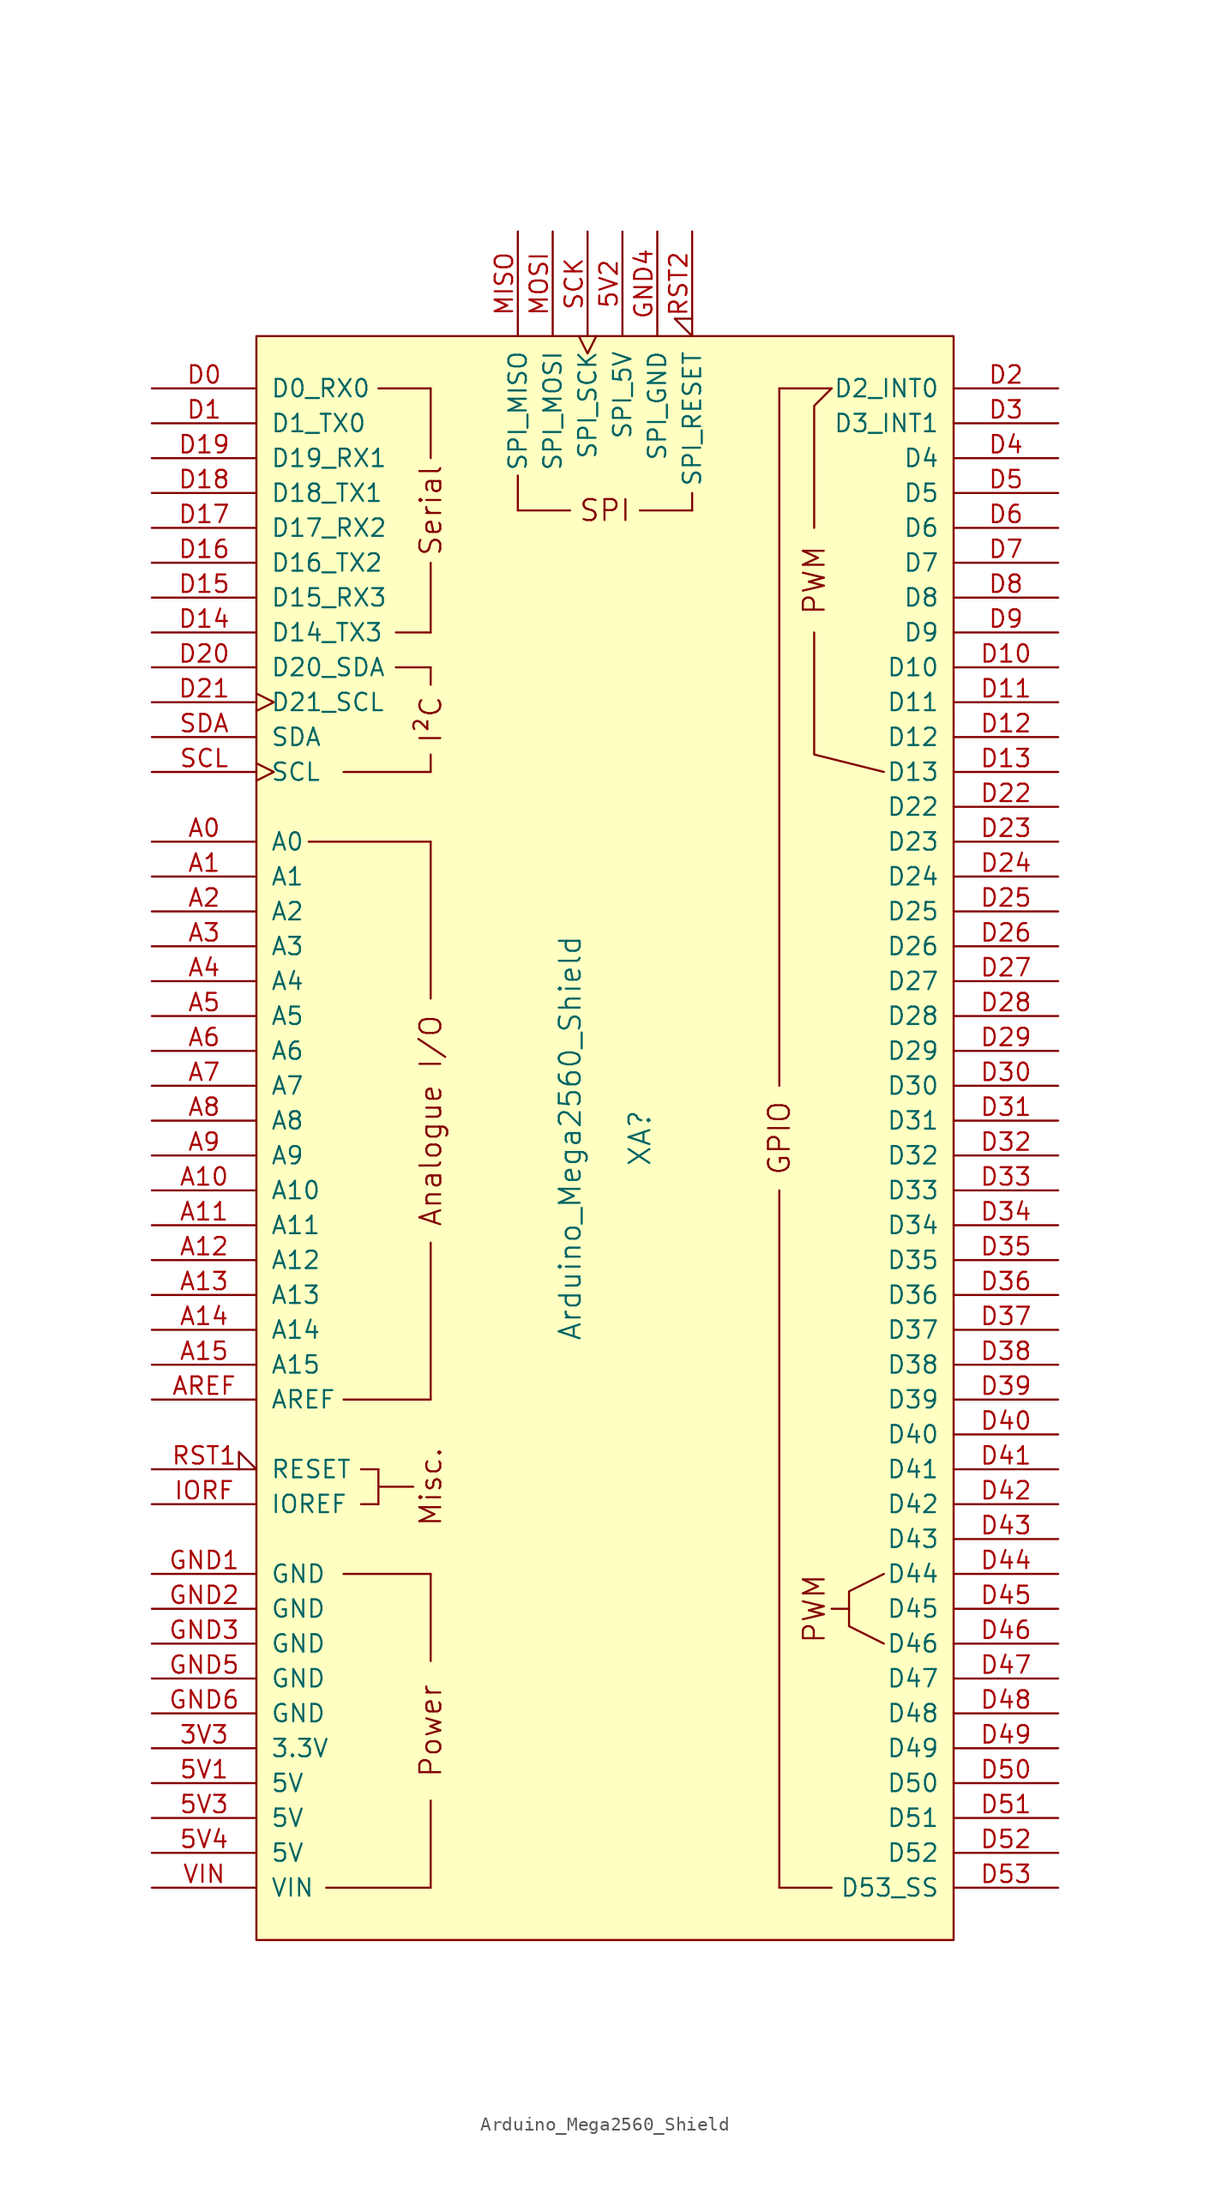
<source format=kicad_sym>
(kicad_symbol_lib
  (version 20211014)
  (generator kicad_symbol_editor)
  (symbol "Arduino_Mega2560_Shield"
    (pin_names
      (offset 1.016))
    (property "Reference" "XA"
      (at 2.54 0 90)
      (effects (font (size 1.524 1.524))))
    (property "Value" "Arduino_Mega2560_Shield"
      (at -2.54 0 90)
      (effects (font (size 1.524 1.524))))
    (symbol "Arduino_Mega2560_Shield_0_0"
      (rectangle (start -25.4 -58.42) (end 25.4 58.42) (stroke (width 0) (type default) (color 0 0 0 0)) (fill (type background)))
      (rectangle (start -20.32 -54.61) (end -12.7 -54.61) (stroke (width 0) (type default) (color 0 0 0 0)) (fill (type none)))
      (rectangle (start -19.05 -31.75) (end -12.7 -31.75) (stroke (width 0) (type default) (color 0 0 0 0)) (fill (type none)))
      (rectangle (start -19.05 -19.05) (end -12.7 -19.05) (stroke (width 0) (type default) (color 0 0 0 0)) (fill (type none)))
      (rectangle (start -19.05 26.67) (end -12.7 26.67) (stroke (width 0) (type default) (color 0 0 0 0)) (fill (type none)))
      (rectangle (start -17.78 -26.67) (end -16.51 -26.67) (stroke (width 0) (type default) (color 0 0 0 0)) (fill (type none)))
      (rectangle (start -17.78 -24.13) (end -16.51 -24.13) (stroke (width 0) (type default) (color 0 0 0 0)) (fill (type none)))
      (rectangle (start -16.51 -25.4) (end -13.97 -25.4) (stroke (width 0) (type default) (color 0 0 0 0)) (fill (type none)))
      (rectangle (start -16.51 -24.13) (end -16.51 -26.67) (stroke (width 0) (type default) (color 0 0 0 0)) (fill (type none)))
      (rectangle (start -16.51 54.61) (end -12.7 54.61) (stroke (width 0) (type default) (color 0 0 0 0)) (fill (type none)))
      (rectangle (start -15.24 34.29) (end -12.7 34.29) (stroke (width 0) (type default) (color 0 0 0 0)) (fill (type none)))
      (rectangle (start -15.24 36.83) (end -12.7 36.83) (stroke (width 0) (type default) (color 0 0 0 0)) (fill (type none)))
      (rectangle (start -12.7 -54.61) (end -12.7 -48.26) (stroke (width 0) (type default) (color 0 0 0 0)) (fill (type none)))
      (rectangle (start -12.7 -31.75) (end -12.7 -38.1) (stroke (width 0) (type default) (color 0 0 0 0)) (fill (type none)))
      (rectangle (start -12.7 26.67) (end -12.7 27.94) (stroke (width 0) (type default) (color 0 0 0 0)) (fill (type none)))
      (rectangle (start -12.7 34.29) (end -12.7 33.02) (stroke (width 0) (type default) (color 0 0 0 0)) (fill (type none)))
      (rectangle (start -12.7 41.91) (end -12.7 36.83) (stroke (width 0) (type default) (color 0 0 0 0)) (fill (type none)))
      (rectangle (start -12.7 49.53) (end -12.7 54.61) (stroke (width 0) (type default) (color 0 0 0 0)) (fill (type none)))
      (rectangle (start -6.35 48.26) (end -6.35 45.72) (stroke (width 0) (type default) (color 0 0 0 0)) (fill (type none)))
      (rectangle (start -2.54 45.72) (end -6.35 45.72) (stroke (width 0) (type default) (color 0 0 0 0)) (fill (type none)))
      (polyline (pts (xy -21.59 21.59) (xy -12.7 21.59)) (stroke (width 0) (type default) (color 0 0 0 0)) (fill (type none)))
      (polyline (pts (xy -12.7 -19.05) (xy -12.7 -7.62)) (stroke (width 0) (type default) (color 0 0 0 0)) (fill (type none)))
      (polyline (pts (xy -12.7 10.16) (xy -12.7 21.59)) (stroke (width 0) (type default) (color 0 0 0 0)) (fill (type none)))
      (polyline (pts (xy 12.7 -54.61) (xy 16.51 -54.61)) (stroke (width 0) (type default) (color 0 0 0 0)) (fill (type none)))
      (polyline (pts (xy 12.7 54.61) (xy 16.51 54.61)) (stroke (width 0) (type default) (color 0 0 0 0)) (fill (type none)))
      (polyline (pts (xy 17.78 -34.29) (xy 16.51 -34.29)) (stroke (width 0) (type default) (color 0 0 0 0)) (fill (type none)))
      (polyline (pts (xy 15.24 36.83) (xy 15.24 27.94) (xy 20.32 26.67)) (stroke (width 0) (type default) (color 0 0 0 0)) (fill (type none)))
      (polyline (pts (xy 15.24 44.45) (xy 15.24 53.34) (xy 16.51 54.61)) (stroke (width 0) (type default) (color 0 0 0 0)) (fill (type none)))
      (polyline (pts (xy 20.32 -31.75) (xy 17.78 -33.02) (xy 17.78 -35.56) (xy 20.32 -36.83)) (stroke (width 0) (type default) (color 0 0 0 0)) (fill (type none)))
      (rectangle (start 6.35 45.72) (end 2.54 45.72) (stroke (width 0) (type default) (color 0 0 0 0)) (fill (type none)))
      (rectangle (start 6.35 46.99) (end 6.35 45.72) (stroke (width 0) (type default) (color 0 0 0 0)) (fill (type none)))
      (text "Analogue I/O" (at -12.7 1.27 900) (effects (font (size 1.524 1.524))))
      (text "I²C" (at -12.7 30.48 900) (effects (font (size 1.524 1.524))))
      (text "Misc." (at -12.7 -25.4 900) (effects (font (size 1.524 1.524))))
      (text "Power" (at -12.7 -43.18 900) (effects (font (size 1.524 1.524))))
      (text "PWM" (at 15.24 -34.29 900) (effects (font (size 1.524 1.524))))
      (text "PWM" (at 15.24 40.64 900) (effects (font (size 1.524 1.524))))
      (text "Serial" (at -12.7 45.72 900) (effects (font (size 1.524 1.524))))
      (text "SPI" (at 0 45.72 0) (effects (font (size 1.524 1.524)))))
    (symbol "Arduino_Mega2560_Shield_1_0"
      (rectangle (start 12.7 -54.61) (end 12.7 -3.81) (stroke (width 0) (type default) (color 0 0 0 0)) (fill (type none)))
      (rectangle (start 12.7 54.61) (end 12.7 3.81) (stroke (width 0) (type default) (color 0 0 0 0)) (fill (type none)))
      (text "GPIO" (at 12.7 0 900) (effects (font (size 1.524 1.524)))))
    (symbol "Arduino_Mega2560_Shield_1_1"
      (pin power_in line (at -33.02 -44.45 0) (length 7.62) (name "3.3V" (effects (font (size 1.27 1.27)))) (number "3V3" (effects (font (size 1.27 1.27)))))
      (pin power_in line (at -33.02 -46.99 0) (length 7.62) (name "5V" (effects (font (size 1.27 1.27)))) (number "5V1" (effects (font (size 1.27 1.27)))))
      (pin power_in line (at 1.27 66.04 270) (length 7.62) (name "SPI_5V" (effects (font (size 1.27 1.27)))) (number "5V2" (effects (font (size 1.27 1.27)))))
      (pin power_in line (at -33.02 -49.53 0) (length 7.62) (name "5V" (effects (font (size 1.27 1.27)))) (number "5V3" (effects (font (size 1.27 1.27)))))
      (pin power_in line (at -33.02 -52.07 0) (length 7.62) (name "5V" (effects (font (size 1.27 1.27)))) (number "5V4" (effects (font (size 1.27 1.27)))))
      (pin bidirectional line (at -33.02 21.59 0) (length 7.62) (name "A0" (effects (font (size 1.27 1.27)))) (number "A0" (effects (font (size 1.27 1.27)))))
      (pin bidirectional line (at -33.02 19.05 0) (length 7.62) (name "A1" (effects (font (size 1.27 1.27)))) (number "A1" (effects (font (size 1.27 1.27)))))
      (pin bidirectional line (at -33.02 -3.81 0) (length 7.62) (name "A10" (effects (font (size 1.27 1.27)))) (number "A10" (effects (font (size 1.27 1.27)))))
      (pin bidirectional line (at -33.02 -6.35 0) (length 7.62) (name "A11" (effects (font (size 1.27 1.27)))) (number "A11" (effects (font (size 1.27 1.27)))))
      (pin bidirectional line (at -33.02 -8.89 0) (length 7.62) (name "A12" (effects (font (size 1.27 1.27)))) (number "A12" (effects (font (size 1.27 1.27)))))
      (pin bidirectional line (at -33.02 -11.43 0) (length 7.62) (name "A13" (effects (font (size 1.27 1.27)))) (number "A13" (effects (font (size 1.27 1.27)))))
      (pin bidirectional line (at -33.02 -13.97 0) (length 7.62) (name "A14" (effects (font (size 1.27 1.27)))) (number "A14" (effects (font (size 1.27 1.27)))))
      (pin bidirectional line (at -33.02 -16.51 0) (length 7.62) (name "A15" (effects (font (size 1.27 1.27)))) (number "A15" (effects (font (size 1.27 1.27)))))
      (pin bidirectional line (at -33.02 16.51 0) (length 7.62) (name "A2" (effects (font (size 1.27 1.27)))) (number "A2" (effects (font (size 1.27 1.27)))))
      (pin bidirectional line (at -33.02 13.97 0) (length 7.62) (name "A3" (effects (font (size 1.27 1.27)))) (number "A3" (effects (font (size 1.27 1.27)))))
      (pin bidirectional line (at -33.02 11.43 0) (length 7.62) (name "A4" (effects (font (size 1.27 1.27)))) (number "A4" (effects (font (size 1.27 1.27)))))
      (pin bidirectional line (at -33.02 8.89 0) (length 7.62) (name "A5" (effects (font (size 1.27 1.27)))) (number "A5" (effects (font (size 1.27 1.27)))))
      (pin bidirectional line (at -33.02 6.35 0) (length 7.62) (name "A6" (effects (font (size 1.27 1.27)))) (number "A6" (effects (font (size 1.27 1.27)))))
      (pin bidirectional line (at -33.02 3.81 0) (length 7.62) (name "A7" (effects (font (size 1.27 1.27)))) (number "A7" (effects (font (size 1.27 1.27)))))
      (pin bidirectional line (at -33.02 1.27 0) (length 7.62) (name "A8" (effects (font (size 1.27 1.27)))) (number "A8" (effects (font (size 1.27 1.27)))))
      (pin bidirectional line (at -33.02 -1.27 0) (length 7.62) (name "A9" (effects (font (size 1.27 1.27)))) (number "A9" (effects (font (size 1.27 1.27)))))
      (pin input line (at -33.02 -19.05 0) (length 7.62) (name "AREF" (effects (font (size 1.27 1.27)))) (number "AREF" (effects (font (size 1.27 1.27)))))
      (pin bidirectional line (at -33.02 54.61 0) (length 7.62) (name "D0_RX0" (effects (font (size 1.27 1.27)))) (number "D0" (effects (font (size 1.27 1.27)))))
      (pin bidirectional line (at -33.02 52.07 0) (length 7.62) (name "D1_TX0" (effects (font (size 1.27 1.27)))) (number "D1" (effects (font (size 1.27 1.27)))))
      (pin bidirectional line (at 33.02 34.29 180) (length 7.62) (name "D10" (effects (font (size 1.27 1.27)))) (number "D10" (effects (font (size 1.27 1.27)))))
      (pin bidirectional line (at 33.02 31.75 180) (length 7.62) (name "D11" (effects (font (size 1.27 1.27)))) (number "D11" (effects (font (size 1.27 1.27)))))
      (pin bidirectional line (at 33.02 29.21 180) (length 7.62) (name "D12" (effects (font (size 1.27 1.27)))) (number "D12" (effects (font (size 1.27 1.27)))))
      (pin bidirectional line (at 33.02 26.67 180) (length 7.62) (name "D13" (effects (font (size 1.27 1.27)))) (number "D13" (effects (font (size 1.27 1.27)))))
      (pin bidirectional line (at -33.02 36.83 0) (length 7.62) (name "D14_TX3" (effects (font (size 1.27 1.27)))) (number "D14" (effects (font (size 1.27 1.27)))))
      (pin bidirectional line (at -33.02 39.37 0) (length 7.62) (name "D15_RX3" (effects (font (size 1.27 1.27)))) (number "D15" (effects (font (size 1.27 1.27)))))
      (pin bidirectional line (at -33.02 41.91 0) (length 7.62) (name "D16_TX2" (effects (font (size 1.27 1.27)))) (number "D16" (effects (font (size 1.27 1.27)))))
      (pin bidirectional line (at -33.02 44.45 0) (length 7.62) (name "D17_RX2" (effects (font (size 1.27 1.27)))) (number "D17" (effects (font (size 1.27 1.27)))))
      (pin bidirectional line (at -33.02 46.99 0) (length 7.62) (name "D18_TX1" (effects (font (size 1.27 1.27)))) (number "D18" (effects (font (size 1.27 1.27)))))
      (pin bidirectional line (at -33.02 49.53 0) (length 7.62) (name "D19_RX1" (effects (font (size 1.27 1.27)))) (number "D19" (effects (font (size 1.27 1.27)))))
      (pin bidirectional line (at 33.02 54.61 180) (length 7.62) (name "D2_INT0" (effects (font (size 1.27 1.27)))) (number "D2" (effects (font (size 1.27 1.27)))))
      (pin bidirectional line (at -33.02 34.29 0) (length 7.62) (name "D20_SDA" (effects (font (size 1.27 1.27)))) (number "D20" (effects (font (size 1.27 1.27)))))
      (pin bidirectional clock (at -33.02 31.75 0) (length 7.62) (name "D21_SCL" (effects (font (size 1.27 1.27)))) (number "D21" (effects (font (size 1.27 1.27)))))
      (pin bidirectional line (at 33.02 24.13 180) (length 7.62) (name "D22" (effects (font (size 1.27 1.27)))) (number "D22" (effects (font (size 1.27 1.27)))))
      (pin bidirectional line (at 33.02 21.59 180) (length 7.62) (name "D23" (effects (font (size 1.27 1.27)))) (number "D23" (effects (font (size 1.27 1.27)))))
      (pin bidirectional line (at 33.02 19.05 180) (length 7.62) (name "D24" (effects (font (size 1.27 1.27)))) (number "D24" (effects (font (size 1.27 1.27)))))
      (pin bidirectional line (at 33.02 16.51 180) (length 7.62) (name "D25" (effects (font (size 1.27 1.27)))) (number "D25" (effects (font (size 1.27 1.27)))))
      (pin bidirectional line (at 33.02 13.97 180) (length 7.62) (name "D26" (effects (font (size 1.27 1.27)))) (number "D26" (effects (font (size 1.27 1.27)))))
      (pin bidirectional line (at 33.02 11.43 180) (length 7.62) (name "D27" (effects (font (size 1.27 1.27)))) (number "D27" (effects (font (size 1.27 1.27)))))
      (pin bidirectional line (at 33.02 8.89 180) (length 7.62) (name "D28" (effects (font (size 1.27 1.27)))) (number "D28" (effects (font (size 1.27 1.27)))))
      (pin bidirectional line (at 33.02 6.35 180) (length 7.62) (name "D29" (effects (font (size 1.27 1.27)))) (number "D29" (effects (font (size 1.27 1.27)))))
      (pin bidirectional line (at 33.02 52.07 180) (length 7.62) (name "D3_INT1" (effects (font (size 1.27 1.27)))) (number "D3" (effects (font (size 1.27 1.27)))))
      (pin bidirectional line (at 33.02 3.81 180) (length 7.62) (name "D30" (effects (font (size 1.27 1.27)))) (number "D30" (effects (font (size 1.27 1.27)))))
      (pin bidirectional line (at 33.02 1.27 180) (length 7.62) (name "D31" (effects (font (size 1.27 1.27)))) (number "D31" (effects (font (size 1.27 1.27)))))
      (pin bidirectional line (at 33.02 -1.27 180) (length 7.62) (name "D32" (effects (font (size 1.27 1.27)))) (number "D32" (effects (font (size 1.27 1.27)))))
      (pin bidirectional line (at 33.02 -3.81 180) (length 7.62) (name "D33" (effects (font (size 1.27 1.27)))) (number "D33" (effects (font (size 1.27 1.27)))))
      (pin bidirectional line (at 33.02 -6.35 180) (length 7.62) (name "D34" (effects (font (size 1.27 1.27)))) (number "D34" (effects (font (size 1.27 1.27)))))
      (pin bidirectional line (at 33.02 -8.89 180) (length 7.62) (name "D35" (effects (font (size 1.27 1.27)))) (number "D35" (effects (font (size 1.27 1.27)))))
      (pin bidirectional line (at 33.02 -11.43 180) (length 7.62) (name "D36" (effects (font (size 1.27 1.27)))) (number "D36" (effects (font (size 1.27 1.27)))))
      (pin bidirectional line (at 33.02 -13.97 180) (length 7.62) (name "D37" (effects (font (size 1.27 1.27)))) (number "D37" (effects (font (size 1.27 1.27)))))
      (pin bidirectional line (at 33.02 -16.51 180) (length 7.62) (name "D38" (effects (font (size 1.27 1.27)))) (number "D38" (effects (font (size 1.27 1.27)))))
      (pin bidirectional line (at 33.02 -19.05 180) (length 7.62) (name "D39" (effects (font (size 1.27 1.27)))) (number "D39" (effects (font (size 1.27 1.27)))))
      (pin bidirectional line (at 33.02 49.53 180) (length 7.62) (name "D4" (effects (font (size 1.27 1.27)))) (number "D4" (effects (font (size 1.27 1.27)))))
      (pin bidirectional line (at 33.02 -21.59 180) (length 7.62) (name "D40" (effects (font (size 1.27 1.27)))) (number "D40" (effects (font (size 1.27 1.27)))))
      (pin bidirectional line (at 33.02 -24.13 180) (length 7.62) (name "D41" (effects (font (size 1.27 1.27)))) (number "D41" (effects (font (size 1.27 1.27)))))
      (pin bidirectional line (at 33.02 -26.67 180) (length 7.62) (name "D42" (effects (font (size 1.27 1.27)))) (number "D42" (effects (font (size 1.27 1.27)))))
      (pin bidirectional line (at 33.02 -29.21 180) (length 7.62) (name "D43" (effects (font (size 1.27 1.27)))) (number "D43" (effects (font (size 1.27 1.27)))))
      (pin bidirectional line (at 33.02 -31.75 180) (length 7.62) (name "D44" (effects (font (size 1.27 1.27)))) (number "D44" (effects (font (size 1.27 1.27)))))
      (pin bidirectional line (at 33.02 -34.29 180) (length 7.62) (name "D45" (effects (font (size 1.27 1.27)))) (number "D45" (effects (font (size 1.27 1.27)))))
      (pin bidirectional line (at 33.02 -36.83 180) (length 7.62) (name "D46" (effects (font (size 1.27 1.27)))) (number "D46" (effects (font (size 1.27 1.27)))))
      (pin bidirectional line (at 33.02 -39.37 180) (length 7.62) (name "D47" (effects (font (size 1.27 1.27)))) (number "D47" (effects (font (size 1.27 1.27)))))
      (pin bidirectional line (at 33.02 -41.91 180) (length 7.62) (name "D48" (effects (font (size 1.27 1.27)))) (number "D48" (effects (font (size 1.27 1.27)))))
      (pin bidirectional line (at 33.02 -44.45 180) (length 7.62) (name "D49" (effects (font (size 1.27 1.27)))) (number "D49" (effects (font (size 1.27 1.27)))))
      (pin bidirectional line (at 33.02 46.99 180) (length 7.62) (name "D5" (effects (font (size 1.27 1.27)))) (number "D5" (effects (font (size 1.27 1.27)))))
      (pin bidirectional line (at 33.02 -46.99 180) (length 7.62) (name "D50" (effects (font (size 1.27 1.27)))) (number "D50" (effects (font (size 1.27 1.27)))))
      (pin bidirectional line (at 33.02 -49.53 180) (length 7.62) (name "D51" (effects (font (size 1.27 1.27)))) (number "D51" (effects (font (size 1.27 1.27)))))
      (pin bidirectional line (at 33.02 -52.07 180) (length 7.62) (name "D52" (effects (font (size 1.27 1.27)))) (number "D52" (effects (font (size 1.27 1.27)))))
      (pin bidirectional line (at 33.02 -54.61 180) (length 7.62) (name "D53_SS" (effects (font (size 1.27 1.27)))) (number "D53" (effects (font (size 1.27 1.27)))))
      (pin bidirectional line (at 33.02 44.45 180) (length 7.62) (name "D6" (effects (font (size 1.27 1.27)))) (number "D6" (effects (font (size 1.27 1.27)))))
      (pin bidirectional line (at 33.02 41.91 180) (length 7.62) (name "D7" (effects (font (size 1.27 1.27)))) (number "D7" (effects (font (size 1.27 1.27)))))
      (pin bidirectional line (at 33.02 39.37 180) (length 7.62) (name "D8" (effects (font (size 1.27 1.27)))) (number "D8" (effects (font (size 1.27 1.27)))))
      (pin bidirectional line (at 33.02 36.83 180) (length 7.62) (name "D9" (effects (font (size 1.27 1.27)))) (number "D9" (effects (font (size 1.27 1.27)))))
      (pin power_in line (at -33.02 -31.75 0) (length 7.62) (name "GND" (effects (font (size 1.27 1.27)))) (number "GND1" (effects (font (size 1.27 1.27)))))
      (pin power_in line (at -33.02 -34.29 0) (length 7.62) (name "GND" (effects (font (size 1.27 1.27)))) (number "GND2" (effects (font (size 1.27 1.27)))))
      (pin power_in line (at -33.02 -36.83 0) (length 7.62) (name "GND" (effects (font (size 1.27 1.27)))) (number "GND3" (effects (font (size 1.27 1.27)))))
      (pin power_in line (at 3.81 66.04 270) (length 7.62) (name "SPI_GND" (effects (font (size 1.27 1.27)))) (number "GND4" (effects (font (size 1.27 1.27)))))
      (pin power_in line (at -33.02 -39.37 0) (length 7.62) (name "GND" (effects (font (size 1.27 1.27)))) (number "GND5" (effects (font (size 1.27 1.27)))))
      (pin power_in line (at -33.02 -41.91 0) (length 7.62) (name "GND" (effects (font (size 1.27 1.27)))) (number "GND6" (effects (font (size 1.27 1.27)))))
      (pin output line (at -33.02 -26.67 0) (length 7.62) (name "IOREF" (effects (font (size 1.27 1.27)))) (number "IORF" (effects (font (size 1.27 1.27)))))
      (pin input line (at -6.35 66.04 270) (length 7.62) (name "SPI_MISO" (effects (font (size 1.27 1.27)))) (number "MISO" (effects (font (size 1.27 1.27)))))
      (pin output line (at -3.81 66.04 270) (length 7.62) (name "SPI_MOSI" (effects (font (size 1.27 1.27)))) (number "MOSI" (effects (font (size 1.27 1.27)))))
      (pin open_collector input_low (at -33.02 -24.13 0) (length 7.62) (name "RESET" (effects (font (size 1.27 1.27)))) (number "RST1" (effects (font (size 1.27 1.27)))))
      (pin open_collector input_low (at 6.35 66.04 270) (length 7.62) (name "SPI_RESET" (effects (font (size 1.27 1.27)))) (number "RST2" (effects (font (size 1.27 1.27)))))
      (pin output clock (at -1.27 66.04 270) (length 7.62) (name "SPI_SCK" (effects (font (size 1.27 1.27)))) (number "SCK" (effects (font (size 1.27 1.27)))))
      (pin bidirectional clock (at -33.02 26.67 0) (length 7.62) (name "SCL" (effects (font (size 1.27 1.27)))) (number "SCL" (effects (font (size 1.27 1.27)))))
      (pin bidirectional line (at -33.02 29.21 0) (length 7.62) (name "SDA" (effects (font (size 1.27 1.27)))) (number "SDA" (effects (font (size 1.27 1.27)))))
      (pin power_in line (at -33.02 -54.61 0) (length 7.62) (name "VIN" (effects (font (size 1.27 1.27)))) (number "VIN" (effects (font (size 1.27 1.27))))))))
</source>
